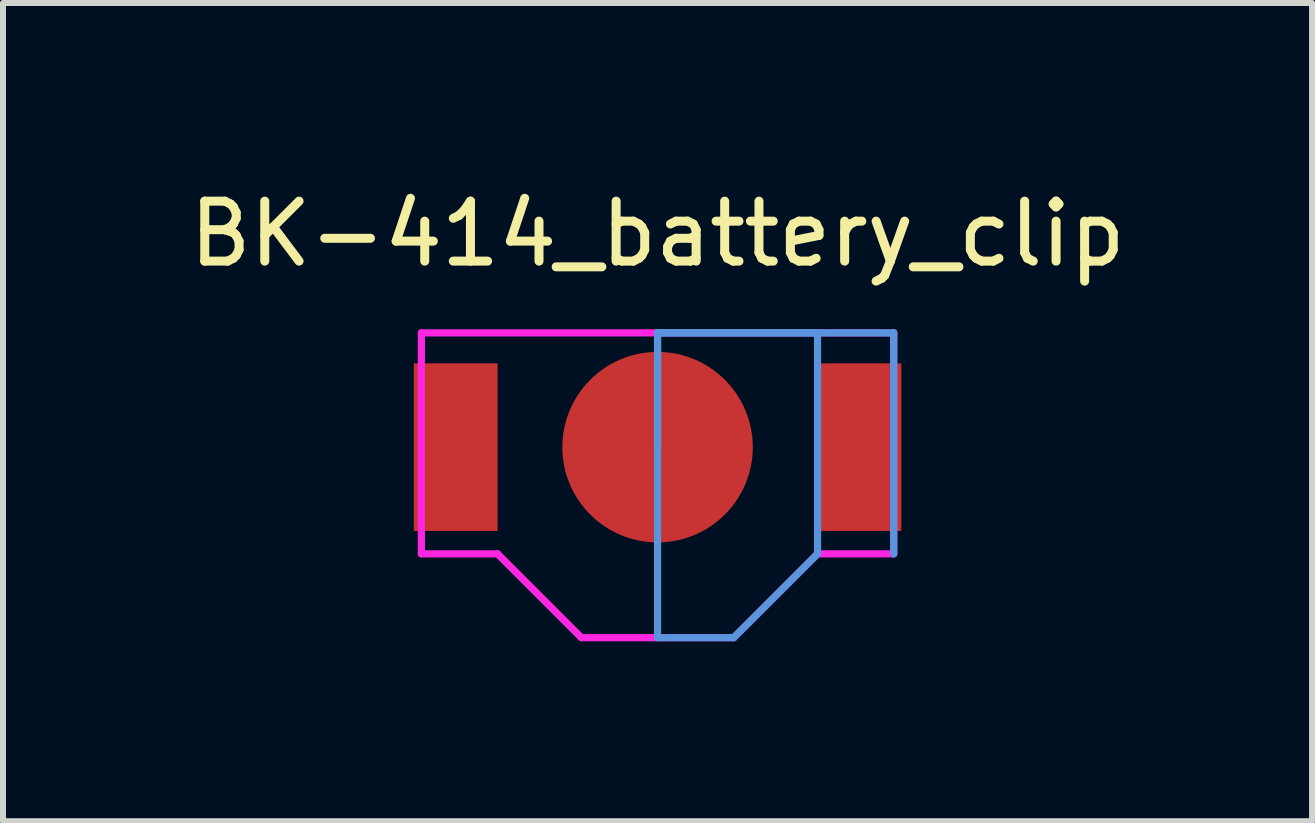
<source format=kicad_pcb>
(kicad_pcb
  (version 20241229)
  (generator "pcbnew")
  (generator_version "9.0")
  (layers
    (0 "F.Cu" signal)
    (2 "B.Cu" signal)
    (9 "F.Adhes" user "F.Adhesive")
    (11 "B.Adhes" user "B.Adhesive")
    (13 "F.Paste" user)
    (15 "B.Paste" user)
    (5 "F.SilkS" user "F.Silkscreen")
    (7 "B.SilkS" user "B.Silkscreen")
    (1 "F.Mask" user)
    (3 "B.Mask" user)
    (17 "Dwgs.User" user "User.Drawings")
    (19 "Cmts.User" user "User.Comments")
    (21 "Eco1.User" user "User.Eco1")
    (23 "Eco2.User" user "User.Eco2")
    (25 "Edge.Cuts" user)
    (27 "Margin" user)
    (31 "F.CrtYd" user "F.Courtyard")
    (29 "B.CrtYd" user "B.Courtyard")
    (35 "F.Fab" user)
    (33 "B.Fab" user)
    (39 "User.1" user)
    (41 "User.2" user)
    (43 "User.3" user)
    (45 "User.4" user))
  (footprint "BK-414_battery_clip"
    (layer "F.Cu")
    (at 7.911 4.404)
    (property "Reference" "BK-414_battery_clip" (at 0 -3.556 0) (layer "F.SilkS") (effects (font (size 1 1) (thickness 0.15))))
    (attr through_hole)
    (fp_line (start 0 -1.905) (end 0 3.175) (stroke (width 0.12) (type solid)) (layer "Cmts.User"))
    (fp_line (start 0 -1.905) (end 2.667 -1.905) (stroke (width 0.12) (type solid)) (layer "Cmts.User"))
    (fp_line (start 0 -1.905) (end 3.937 -1.905) (stroke (width 0.12) (type solid)) (layer "Cmts.User"))
    (fp_line (start 0 0) (end 0 -1.905) (stroke (width 0.12) (type solid)) (layer "Cmts.User"))
    (fp_line (start 0 3.175) (end 1.27 3.175) (stroke (width 0.12) (type solid)) (layer "Cmts.User"))
    (fp_line (start 2.667 -1.905) (end 2.667 1.778) (stroke (width 0.12) (type solid)) (layer "Cmts.User"))
    (fp_line (start 2.667 1.778) (end 1.27 3.175) (stroke (width 0.12) (type solid)) (layer "Cmts.User"))
    (fp_line (start 3.937 -1.905) (end 3.937 1.778) (stroke (width 0.12) (type solid)) (layer "Cmts.User"))
    (fp_line (start -3.937 -1.905) (end -3.937 1.778) (stroke (width 0.12) (type solid)) (layer "F.CrtYd"))
    (fp_line (start -3.937 -1.905) (end 0 -1.905) (stroke (width 0.12) (type solid)) (layer "F.CrtYd"))
    (fp_line (start -2.667 1.778) (end -3.937 1.778) (stroke (width 0.12) (type solid)) (layer "F.CrtYd"))
    (fp_line (start -1.27 3.175) (end -2.667 1.778) (stroke (width 0.12) (type solid)) (layer "F.CrtYd"))
    (fp_line (start 0 -1.905) (end 3.937 -1.905) (stroke (width 0.12) (type solid)) (layer "F.CrtYd"))
    (fp_line (start 0 3.175) (end -1.27 3.175) (stroke (width 0.12) (type solid)) (layer "F.CrtYd"))
    (fp_line (start 1.27 3.175) (end 0 3.175) (stroke (width 0.12) (type solid)) (layer "F.CrtYd"))
    (fp_line (start 2.667 1.778) (end 1.27 3.175) (stroke (width 0.12) (type solid)) (layer "F.CrtYd"))
    (fp_line (start 3.937 -1.905) (end 3.937 1.778) (stroke (width 0.12) (type solid)) (layer "F.CrtYd"))
    (fp_line (start 3.937 1.778) (end 2.667 1.778) (stroke (width 0.12) (type solid)) (layer "F.CrtYd"))
    (pad "1" smd circle (at 0 0) (size 3.175 3.175) (layers "F.Cu" "F.Mask" "F.Paste"))
    (pad "2" smd rect (at -3.365 0) (size 1.397 2.794) (layers "F.Cu" "F.Mask" "F.Paste"))
    (pad "3" smd rect (at 3.365 0) (size 1.397 2.794) (layers "F.Cu" "F.Mask" "F.Paste")))
  (gr_rect
    (start -3 -3)
    (end 18.821 10.639)
    (stroke (width 0.1) (type default))
    (fill no)
    (layer "Edge.Cuts")))
</source>
